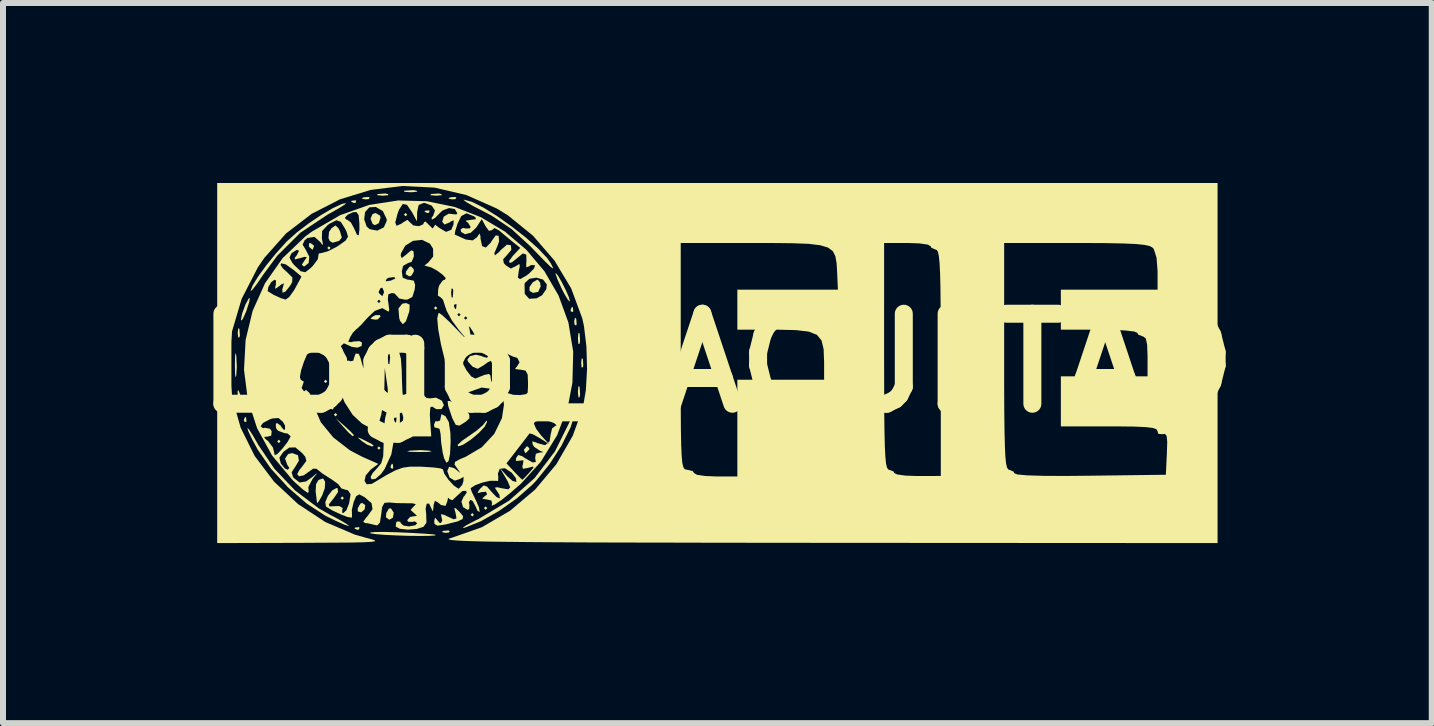
<source format=kicad_pcb>
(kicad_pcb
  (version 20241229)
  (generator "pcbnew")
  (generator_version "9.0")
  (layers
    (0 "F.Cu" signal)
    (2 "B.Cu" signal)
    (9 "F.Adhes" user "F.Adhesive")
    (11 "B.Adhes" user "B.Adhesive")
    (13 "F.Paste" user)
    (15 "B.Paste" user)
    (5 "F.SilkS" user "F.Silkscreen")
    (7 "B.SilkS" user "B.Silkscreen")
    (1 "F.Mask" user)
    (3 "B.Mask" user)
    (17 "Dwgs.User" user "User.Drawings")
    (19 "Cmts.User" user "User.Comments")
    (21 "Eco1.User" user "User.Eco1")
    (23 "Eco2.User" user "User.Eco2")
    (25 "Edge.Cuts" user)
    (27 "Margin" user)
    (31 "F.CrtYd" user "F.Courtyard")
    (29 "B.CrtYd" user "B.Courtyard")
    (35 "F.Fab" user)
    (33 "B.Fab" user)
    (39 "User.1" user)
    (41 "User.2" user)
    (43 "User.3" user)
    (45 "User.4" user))
  (footprint "Logo_FACULTAD"
    (layer "F.Cu")
    (at 8.907 3.001)
    (property "Reference" "Logo_FACULTAD" (at 0 0 0) (layer "F.SilkS") (effects (font (size 1.5 1.5) (thickness 0.3))))
    (attr board_only exclude_from_pos_files exclude_from_bom)
    (fp_poly (pts (xy -7.281 1.306) (xy -7.309 1.334) (xy -7.337 1.306) (xy -7.309 1.278)) (stroke (width 0) (type solid)) (fill yes) (layer "F.SilkS"))
    (fp_poly (pts (xy -6.503 -0.195) (xy -6.531 -0.167) (xy -6.558 -0.195) (xy -6.531 -0.222)) (stroke (width 0) (type solid)) (fill yes) (layer "F.SilkS"))
    (fp_poly (pts (xy -6.503 0.306) (xy -6.531 0.333) (xy -6.558 0.306) (xy -6.531 0.278)) (stroke (width 0) (type solid)) (fill yes) (layer "F.SilkS"))
    (fp_poly (pts (xy -6.447 -1.918) (xy -6.475 -1.89) (xy -6.503 -1.918) (xy -6.475 -1.945)) (stroke (width 0) (type solid)) (fill yes) (layer "F.SilkS"))
    (fp_poly (pts (xy -6.392 0.75) (xy -6.419 0.778) (xy -6.447 0.75) (xy -6.419 0.723)) (stroke (width 0) (type solid)) (fill yes) (layer "F.SilkS"))
    (fp_poly (pts (xy -6.336 0.861) (xy -6.364 0.889) (xy -6.392 0.861) (xy -6.364 0.834)) (stroke (width 0) (type solid)) (fill yes) (layer "F.SilkS"))
    (fp_poly (pts (xy -6.225 2.251) (xy -6.253 2.279) (xy -6.281 2.251) (xy -6.253 2.223)) (stroke (width 0) (type solid)) (fill yes) (layer "F.SilkS"))
    (fp_poly (pts (xy -5.614 1.417) (xy -5.641 1.445) (xy -5.669 1.417) (xy -5.641 1.389)) (stroke (width 0) (type solid)) (fill yes) (layer "F.SilkS"))
    (fp_poly (pts (xy -5.169 -2.473) (xy -5.197 -2.446) (xy -5.225 -2.473) (xy -5.197 -2.501)) (stroke (width 0) (type solid)) (fill yes) (layer "F.SilkS"))
    (fp_poly (pts (xy -4.669 -0.917) (xy -4.696 -0.889) (xy -4.724 -0.917) (xy -4.696 -0.945)) (stroke (width 0) (type solid)) (fill yes) (layer "F.SilkS"))
    (fp_poly (pts (xy -4.057 2.529) (xy -4.085 2.557) (xy -4.113 2.529) (xy -4.085 2.501)) (stroke (width 0) (type solid)) (fill yes) (layer "F.SilkS"))
    (fp_poly (pts (xy -3.835 2.418) (xy -3.863 2.446) (xy -3.891 2.418) (xy -3.863 2.39)) (stroke (width 0) (type solid)) (fill yes) (layer "F.SilkS"))
    (fp_poly (pts (xy -3.502 0.25) (xy -3.529 0.278) (xy -3.557 0.25) (xy -3.529 0.222)) (stroke (width 0) (type solid)) (fill yes) (layer "F.SilkS"))
    (fp_poly (pts (xy -7.967 -0.57) (xy -7.959 -0.456) (xy -7.967 -0.431) (xy -7.987 -0.424) (xy -7.995 -0.5) (xy -7.986 -0.579)) (stroke (width 0) (type solid)) (fill yes) (layer "F.SilkS"))
    (fp_poly (pts (xy -7.855 0.908) (xy -7.849 0.974) (xy -7.855 0.982) (xy -7.888 0.974) (xy -7.892 0.945) (xy -7.872 0.899)) (stroke (width 0) (type solid)) (fill yes) (layer "F.SilkS"))
    (fp_poly (pts (xy -6.466 0.574) (xy -6.459 0.64) (xy -6.466 0.648) (xy -6.499 0.641) (xy -6.503 0.611) (xy -6.483 0.566)) (stroke (width 0) (type solid)) (fill yes) (layer "F.SilkS"))
    (fp_poly (pts (xy -6.021 -2.705) (xy -6.029 -2.672) (xy -6.058 -2.668) (xy -6.104 -2.688) (xy -6.095 -2.705) (xy -6.029 -2.712)) (stroke (width 0) (type solid)) (fill yes) (layer "F.SilkS"))
    (fp_poly (pts (xy -5.966 2.742) (xy -5.973 2.775) (xy -6.003 2.779) (xy -6.048 2.759) (xy -6.04 2.742) (xy -5.974 2.735)) (stroke (width 0) (type solid)) (fill yes) (layer "F.SilkS"))
    (fp_poly (pts (xy -5.795 -2.757) (xy -5.812 -2.732) (xy -5.868 -2.728) (xy -5.928 -2.741) (xy -5.902 -2.761) (xy -5.815 -2.768)) (stroke (width 0) (type solid)) (fill yes) (layer "F.SilkS"))
    (fp_poly (pts (xy -5.41 1.686) (xy -5.403 1.752) (xy -5.41 1.76) (xy -5.443 1.752) (xy -5.447 1.723) (xy -5.426 1.677)) (stroke (width 0) (type solid)) (fill yes) (layer "F.SilkS"))
    (fp_poly (pts (xy -4.798 -2.538) (xy -4.806 -2.505) (xy -4.835 -2.501) (xy -4.881 -2.521) (xy -4.873 -2.538) (xy -4.807 -2.545)) (stroke (width 0) (type solid)) (fill yes) (layer "F.SilkS"))
    (fp_poly (pts (xy -4.461 2.801) (xy -4.478 2.826) (xy -4.534 2.83) (xy -4.594 2.817) (xy -4.568 2.797) (xy -4.481 2.79)) (stroke (width 0) (type solid)) (fill yes) (layer "F.SilkS"))
    (fp_poly (pts (xy -4.35 -2.757) (xy -4.367 -2.732) (xy -4.423 -2.728) (xy -4.483 -2.741) (xy -4.457 -2.761) (xy -4.37 -2.768)) (stroke (width 0) (type solid)) (fill yes) (layer "F.SilkS"))
    (fp_poly (pts (xy -2.408 -0.926) (xy -2.402 -0.86) (xy -2.408 -0.852) (xy -2.442 -0.86) (xy -2.446 -0.889) (xy -2.425 -0.935)) (stroke (width 0) (type solid)) (fill yes) (layer "F.SilkS"))
    (fp_poly (pts (xy -2.352 -0.733) (xy -2.345 -0.646) (xy -2.356 -0.626) (xy -2.382 -0.643) (xy -2.386 -0.699) (xy -2.372 -0.759)) (stroke (width 0) (type solid)) (fill yes) (layer "F.SilkS"))
    (fp_poly (pts (xy -2.242 -0.069) (xy -2.235 0.044) (xy -2.242 0.069) (xy -2.262 0.076) (xy -2.27 -0.000001) (xy -2.261 -0.079)) (stroke (width 0) (type solid)) (fill yes) (layer "F.SilkS"))
    (fp_poly (pts (xy -5.868 2.37) (xy -5.88 2.441) (xy -5.938 2.489) (xy -5.994 2.473) (xy -5.994 2.421) (xy -5.95 2.343) (xy -5.919 2.331)) (stroke (width 0) (type solid)) (fill yes) (layer "F.SilkS"))
    (fp_poly (pts (xy -5.394 2.495) (xy -5.409 2.578) (xy -5.469 2.612) (xy -5.524 2.571) (xy -5.519 2.502) (xy -5.476 2.426) (xy -5.441 2.422)) (stroke (width 0) (type solid)) (fill yes) (layer "F.SilkS"))
    (fp_poly (pts (xy -6.727 -1.961) (xy -6.725 -1.945) (xy -6.744 -1.891) (xy -6.75 -1.89) (xy -6.797 -1.929) (xy -6.809 -1.945) (xy -6.804 -1.997) (xy -6.784 -2.001)) (stroke (width 0) (type solid)) (fill yes) (layer "F.SilkS"))
    (fp_poly (pts (xy -6.211 1.052) (xy -6.111 1.144) (xy -6.06 1.2) (xy -6.058 1.205) (xy -6.079 1.219) (xy -6.147 1.159) (xy -6.229 1.07) (xy -6.364 0.917)) (stroke (width 0) (type solid)) (fill yes) (layer "F.SilkS"))
    (fp_poly (pts (xy -5.891 1.283) (xy -5.762 1.349) (xy -5.726 1.382) (xy -5.76 1.389) (xy -5.842 1.358) (xy -5.923 1.303) (xy -5.991 1.246) (xy -5.972 1.245)) (stroke (width 0) (type solid)) (fill yes) (layer "F.SilkS"))
    (fp_poly (pts (xy -5.623 -2.458) (xy -5.614 -2.421) (xy -5.644 -2.33) (xy -5.71 -2.299) (xy -5.745 -2.317) (xy -5.781 -2.406) (xy -5.748 -2.483) (xy -5.697 -2.501)) (stroke (width 0) (type solid)) (fill yes) (layer "F.SilkS"))
    (fp_poly (pts (xy -5.614 -0.776) (xy -5.659 -0.729) (xy -5.697 -0.723) (xy -5.771 -0.734) (xy -5.78 -0.744) (xy -5.737 -0.78) (xy -5.697 -0.798) (xy -5.625 -0.799)) (stroke (width 0) (type solid)) (fill yes) (layer "F.SilkS"))
    (fp_poly (pts (xy -5.487 -2.815) (xy -5.486 -2.797) (xy -5.573 -2.79) (xy -5.586 -2.79) (xy -5.672 -2.798) (xy -5.664 -2.815) (xy -5.654 -2.818) (xy -5.533 -2.826)) (stroke (width 0) (type solid)) (fill yes) (layer "F.SilkS"))
    (fp_poly (pts (xy -5.244 -0.411) (xy -5.252 -0.389) (xy -5.302 -0.336) (xy -5.311 -0.333) (xy -5.335 -0.376) (xy -5.336 -0.389) (xy -5.293 -0.443) (xy -5.277 -0.445)) (stroke (width 0) (type solid)) (fill yes) (layer "F.SilkS"))
    (fp_poly (pts (xy -5.063 -1.567) (xy -5.058 -1.528) (xy -5.101 -1.455) (xy -5.139 -1.445) (xy -5.195 -1.482) (xy -5.189 -1.528) (xy -5.134 -1.602) (xy -5.107 -1.612)) (stroke (width 0) (type solid)) (fill yes) (layer "F.SilkS"))
    (fp_poly (pts (xy -5.016 -2.873) (xy -4.999 -2.857) (xy -5.076 -2.848) (xy -5.113 -2.847) (xy -5.214 -2.853) (xy -5.226 -2.868) (xy -5.211 -2.873) (xy -5.07 -2.882)) (stroke (width 0) (type solid)) (fill yes) (layer "F.SilkS"))
    (fp_poly (pts (xy -4.598 -2.815) (xy -4.596 -2.797) (xy -4.683 -2.79) (xy -4.696 -2.79) (xy -4.783 -2.798) (xy -4.774 -2.815) (xy -4.765 -2.818) (xy -4.644 -2.826)) (stroke (width 0) (type solid)) (fill yes) (layer "F.SilkS"))
    (fp_poly (pts (xy -3.952 0.628) (xy -4.013 0.711) (xy -4.104 0.773) (xy -4.162 0.756) (xy -4.168 0.724) (xy -4.125 0.659) (xy -4.057 0.611) (xy -3.967 0.585)) (stroke (width 0) (type solid)) (fill yes) (layer "F.SilkS"))
    (fp_poly (pts (xy -3.132 1.424) (xy -3.14 1.445) (xy -3.19 1.498) (xy -3.199 1.501) (xy -3.223 1.458) (xy -3.224 1.445) (xy -3.181 1.392) (xy -3.165 1.389)) (stroke (width 0) (type solid)) (fill yes) (layer "F.SilkS"))
    (fp_poly (pts (xy -2.299 -0.495) (xy -2.296 -0.485) (xy -2.288 -0.364) (xy -2.298 -0.319) (xy -2.316 -0.317) (xy -2.324 -0.404) (xy -2.324 -0.417) (xy -2.316 -0.503)) (stroke (width 0) (type solid)) (fill yes) (layer "F.SilkS"))
    (fp_poly (pts (xy -2.299 0.394) (xy -2.296 0.404) (xy -2.288 0.525) (xy -2.298 0.571) (xy -2.316 0.573) (xy -2.324 0.486) (xy -2.324 0.472) (xy -2.316 0.386)) (stroke (width 0) (type solid)) (fill yes) (layer "F.SilkS"))
    (fp_poly (pts (xy -8.019 -0.125) (xy -8.019 -0.124) (xy -8.01 0.057) (xy -8.019 0.209) (xy -8.031 0.24) (xy -8.039 0.174) (xy -8.042 0.028) (xy -8.039 -0.115) (xy -8.03 -0.17)) (stroke (width 0) (type solid)) (fill yes) (layer "F.SilkS"))
    (fp_poly (pts (xy -4.793 1.461) (xy -4.762 1.473) (xy -4.828 1.481) (xy -4.974 1.483) (xy -5.117 1.48) (xy -5.172 1.472) (xy -5.128 1.461) (xy -5.126 1.46) (xy -4.945 1.451)) (stroke (width 0) (type solid)) (fill yes) (layer "F.SilkS"))
    (fp_poly (pts (xy -2.955 -1.343) (xy -2.946 -1.278) (xy -2.986 -1.186) (xy -3.074 -1.169) (xy -3.131 -1.204) (xy -3.131 -1.268) (xy -3.077 -1.346) (xy -3.002 -1.389) (xy -2.995 -1.389)) (stroke (width 0) (type solid)) (fill yes) (layer "F.SilkS"))
    (fp_poly (pts (xy -7.956 0.52) (xy -7.941 0.578) (xy -7.915 0.72) (xy -7.912 0.806) (xy -7.927 0.82) (xy -7.959 0.744) (xy -7.968 0.711) (xy -7.994 0.558) (xy -7.997 0.472) (xy -7.984 0.449)) (stroke (width 0) (type solid)) (fill yes) (layer "F.SilkS"))
    (fp_poly (pts (xy -5.13 -0.974) (xy -5.132 -0.88) (xy -5.139 -0.848) (xy -5.191 -0.696) (xy -5.243 -0.647) (xy -5.289 -0.704) (xy -5.303 -0.749) (xy -5.316 -0.909) (xy -5.253 -0.989) (xy -5.187 -1)) (stroke (width 0) (type solid)) (fill yes) (layer "F.SilkS"))
    (fp_poly (pts (xy -7.805 -1.011) (xy -7.85 -0.871) (xy -7.865 -0.834) (xy -7.912 -0.731) (xy -7.939 -0.708) (xy -7.941 -0.723) (xy -7.92 -0.829) (xy -7.867 -0.971) (xy -7.867 -0.973) (xy -7.813 -1.074) (xy -7.792 -1.083)) (stroke (width 0) (type solid)) (fill yes) (layer "F.SilkS"))
    (fp_poly (pts (xy -6.537 1.979) (xy -6.544 2.089) (xy -6.588 2.208) (xy -6.644 2.306) (xy -6.673 2.336) (xy -6.673 2.334) (xy -6.696 2.137) (xy -6.689 2.019) (xy -6.65 1.952) (xy -6.644 1.947) (xy -6.572 1.923)) (stroke (width 0) (type solid)) (fill yes) (layer "F.SilkS"))
    (fp_poly (pts (xy -6.319 -2.252) (xy -6.291 -2.197) (xy -6.26 -2.092) (xy -6.3 -2.04) (xy -6.316 -2.033) (xy -6.415 -2.005) (xy -6.462 -2.036) (xy -6.482 -2.083) (xy -6.473 -2.185) (xy -6.432 -2.246) (xy -6.367 -2.293)) (stroke (width 0) (type solid)) (fill yes) (layer "F.SilkS"))
    (fp_poly (pts (xy -2.656 -1.456) (xy -2.594 -1.349) (xy -2.527 -1.216) (xy -2.475 -1.096) (xy -2.457 -1.028) (xy -2.459 -1.024) (xy -2.493 -1.057) (xy -2.556 -1.163) (xy -2.601 -1.252) (xy -2.665 -1.394) (xy -2.697 -1.484) (xy -2.696 -1.501)) (stroke (width 0) (type solid)) (fill yes) (layer "F.SilkS"))
    (fp_poly (pts (xy -3.839 0.981) (xy -3.878 1.06) (xy -3.979 1.168) (xy -4.109 1.277) (xy -4.236 1.36) (xy -4.32 1.389) (xy -4.33 1.364) (xy -4.259 1.298) (xy -4.158 1.228) (xy -4.01 1.124) (xy -3.904 1.032) (xy -3.874 0.992) (xy -3.846 0.957)) (stroke (width 0) (type solid)) (fill yes) (layer "F.SilkS"))
    (fp_poly (pts (xy -5.336 2.821) (xy -5.089 2.832) (xy -4.882 2.844) (xy -4.742 2.855) (xy -4.696 2.862) (xy -4.706 2.874) (xy -4.801 2.88) (xy -4.957 2.882) (xy -5.149 2.88) (xy -5.353 2.873) (xy -5.543 2.864) (xy -5.694 2.852) (xy -5.78 2.839) (xy -5.787 2.824) (xy -5.698 2.816) (xy -5.531 2.815)) (stroke (width 0) (type solid)) (fill yes) (layer "F.SilkS"))
    (fp_poly (pts (xy -4.539 0.882) (xy -4.53 0.889) (xy -4.476 0.985) (xy -4.45 1.167) (xy -4.446 1.313) (xy -4.456 1.516) (xy -4.481 1.635) (xy -4.515 1.662) (xy -4.554 1.59) (xy -4.578 1.494) (xy -4.604 1.322) (xy -4.613 1.185) (xy -4.632 1.095) (xy -4.669 1.084) (xy -4.716 1.071) (xy -4.724 1.028) (xy -4.698 0.968) (xy -4.669 0.973) (xy -4.622 0.959) (xy -4.613 0.914) (xy -4.599 0.852)) (stroke (width 0) (type solid)) (fill yes) (layer "F.SilkS"))
    (fp_poly (pts (xy -4.091 -2.687) (xy -3.898 -2.59) (xy -3.67 -2.448) (xy -3.428 -2.276) (xy -3.193 -2.092) (xy -2.989 -1.911) (xy -2.837 -1.75) (xy -2.775 -1.659) (xy -2.743 -1.596) (xy -2.74 -1.574) (xy -2.778 -1.602) (xy -2.867 -1.688) (xy -3.017 -1.842) (xy -3.112 -1.941) (xy -3.428 -2.231) (xy -3.754 -2.451) (xy -3.884 -2.52) (xy -4.062 -2.612) (xy -4.184 -2.682) (xy -4.231 -2.72) (xy -4.225 -2.723)) (stroke (width 0) (type solid)) (fill yes) (layer "F.SilkS"))
    (fp_poly (pts (xy -7.811 1.1) (xy -7.749 1.195) (xy -7.661 1.348) (xy -7.655 1.36) (xy -7.385 1.76) (xy -7.038 2.125) (xy -6.644 2.422) (xy -6.474 2.519) (xy -6.301 2.611) (xy -6.182 2.681) (xy -6.138 2.716) (xy -6.142 2.718) (xy -6.216 2.694) (xy -6.358 2.631) (xy -6.528 2.548) (xy -6.842 2.345) (xy -7.158 2.071) (xy -7.444 1.757) (xy -7.661 1.444) (xy -7.752 1.277) (xy -7.815 1.145) (xy -7.835 1.084)) (stroke (width 0) (type solid)) (fill yes) (layer "F.SilkS"))
    (fp_poly (pts (xy -2.36 0.796) (xy -2.362 0.806) (xy -2.447 1.073) (xy -2.598 1.376) (xy -2.796 1.684) (xy -3.02 1.961) (xy -3.085 2.029) (xy -3.343 2.256) (xy -3.638 2.464) (xy -3.935 2.633) (xy -4.199 2.74) (xy -4.224 2.747) (xy -4.244 2.743) (xy -4.178 2.7) (xy -4.038 2.627) (xy -3.974 2.595) (xy -3.472 2.294) (xy -3.047 1.918) (xy -2.707 1.472) (xy -2.462 0.979) (xy -2.402 0.835) (xy -2.366 0.77)) (stroke (width 0) (type solid)) (fill yes) (layer "F.SilkS"))
    (fp_poly (pts (xy -6.211 -2.642) (xy -6.31 -2.579) (xy -6.467 -2.49) (xy -6.501 -2.471) (xy -6.951 -2.172) (xy -7.335 -1.79) (xy -7.566 -1.478) (xy -7.67 -1.325) (xy -7.747 -1.225) (xy -7.781 -1.198) (xy -7.781 -1.2) (xy -7.746 -1.294) (xy -7.652 -1.446) (xy -7.516 -1.632) (xy -7.356 -1.829) (xy -7.19 -2.013) (xy -7.166 -2.037) (xy -7.007 -2.179) (xy -6.811 -2.328) (xy -6.603 -2.468) (xy -6.409 -2.582) (xy -6.257 -2.652) (xy -6.189 -2.667)) (stroke (width 0) (type solid)) (fill yes) (layer "F.SilkS"))
    (fp_poly (pts (xy -4.36 2.422) (xy -4.297 2.482) (xy -4.239 2.551) (xy -4.246 2.6) (xy -4.331 2.64) (xy -4.509 2.685) (xy -4.544 2.693) (xy -4.667 2.711) (xy -4.715 2.682) (xy -4.72 2.631) (xy -4.706 2.576) (xy -4.687 2.598) (xy -4.631 2.663) (xy -4.61 2.668) (xy -4.585 2.626) (xy -4.596 2.578) (xy -4.607 2.519) (xy -4.552 2.531) (xy -4.514 2.55) (xy -4.393 2.605) (xy -4.348 2.589) (xy -4.364 2.498) (xy -4.365 2.496) (xy -4.386 2.416)) (stroke (width 0) (type solid)) (fill yes) (layer "F.SilkS"))
    (fp_poly (pts (xy -5.403 -0.381) (xy -5.404 -0.359) (xy -5.4 -0.298) (xy -5.354 -0.25) (xy -5.305 -0.187) (xy -5.275 -0.07) (xy -5.261 0.123) (xy -5.258 0.264) (xy -5.25 0.467) (xy -5.236 0.616) (xy -5.217 0.685) (xy -5.211 0.686) (xy -5.178 0.617) (xy -5.169 0.525) (xy -5.138 0.416) (xy -5.06 0.395) (xy -4.96 0.464) (xy -4.926 0.506) (xy -4.847 0.582) (xy -4.789 0.589) (xy -4.688 0.577) (xy -4.592 0.628) (xy -4.558 0.701) (xy -4.597 0.767) (xy -4.685 0.769) (xy -4.755 0.725) (xy -4.784 0.739) (xy -4.793 0.853) (xy -4.788 0.948) (xy -4.769 1.223) (xy -5.021 1.223) (xy -5.273 1.223) (xy -5.243 1.035) (xy -5.236 0.9) (xy -5.259 0.82) (xy -5.264 0.816) (xy -5.293 0.839) (xy -5.292 0.942) (xy -5.292 0.948) (xy -5.292 1.069) (xy -5.329 1.112) (xy -5.373 1.16) (xy -5.391 1.276) (xy -5.391 1.276) (xy -5.434 1.522) (xy -5.545 1.764) (xy -5.605 1.848) (xy -5.697 1.929) (xy -5.763 1.939) (xy -5.78 1.898) (xy -5.743 1.83) (xy -5.668 1.749) (xy -5.602 1.668) (xy -5.57 1.554) (xy -5.563 1.373) (xy -5.564 1.31) (xy -5.56 1.102) (xy -5.541 0.945) (xy -5.391 0.945) (xy -5.371 0.991) (xy -5.354 0.982) (xy -5.348 0.916) (xy -5.354 0.908) (xy -5.387 0.915) (xy -5.391 0.945) (xy -5.541 0.945) (xy -5.538 0.918) (xy -5.515 0.829) (xy -5.485 0.66) (xy -5.495 0.425) (xy -5.5 0.385) (xy -5.544 0.083) (xy -5.551 0.422) (xy -5.567 0.648) (xy -5.601 0.854) (xy -5.646 1.015) (xy -5.696 1.103) (xy -5.716 1.111) (xy -5.783 1.085) (xy -5.902 1.02) (xy -5.926 1.006) (xy -6.079 0.863) (xy -6.214 0.654) (xy -6.308 0.422) (xy -6.336 0.239) (xy -6.308 0.092) (xy -6.238 -0.011) (xy -6.15 -0.042) (xy -6.116 -0.029) (xy -6.067 -0.04) (xy -6.058 -0.08) (xy -6.03 -0.157) (xy -5.977 -0.154) (xy -5.945 -0.074) (xy -5.945 -0.069) (xy -5.905 0.069) (xy -5.811 0.18) (xy -5.708 0.222) (xy -5.652 0.194) (xy -5.618 0.094) (xy -5.603 -0.069) (xy -5.601 -0.083) (xy -5.492 -0.083) (xy -5.486 0.012) (xy -5.468 0.02) (xy -5.466 0.015) (xy -5.455 -0.095) (xy -5.464 -0.152) (xy -5.482 -0.174) (xy -5.491 -0.101) (xy -5.492 -0.083) (xy -5.601 -0.083) (xy -5.585 -0.246) (xy -5.551 -0.339) (xy -5.489 -0.378) (xy -5.475 -0.381)) (stroke (width 0) (type solid)) (fill yes) (layer "F.SilkS"))
    (fp_poly (pts (xy 8.337 -0.000001) (xy 8.337 3.001) (xy 1.792 2.997) (xy 0.795 2.996) (xy -0.096 2.995) (xy -0.887 2.993) (xy -1.582 2.992) (xy -2.188 2.99) (xy -2.709 2.987) (xy -3.152 2.984) (xy -3.52 2.98) (xy -3.82 2.976) (xy -4.056 2.97) (xy -4.235 2.964) (xy -4.361 2.957) (xy -4.44 2.949) (xy -4.477 2.94) (xy -4.477 2.93) (xy -4.447 2.918) (xy -4.434 2.915) (xy -3.927 2.737) (xy -3.457 2.463) (xy -3.038 2.109) (xy -2.684 1.687) (xy -2.41 1.211) (xy -2.243 0.75) (xy -2.192 0.453) (xy -2.172 0.095) (xy -2.178 -0.111) (xy -0.611 -0.111) (xy -0.611 0.397) (xy -0.61 0.804) (xy -0.608 1.122) (xy -0.603 1.363) (xy -0.596 1.536) (xy -0.586 1.653) (xy -0.571 1.724) (xy -0.552 1.762) (xy -0.527 1.776) (xy -0.5 1.779) (xy -0.41 1.802) (xy -0.389 1.834) (xy -0.338 1.863) (xy -0.203 1.883) (xy -0.028 1.89) (xy 0.333 1.89) (xy 0.333 1.084) (xy 0.333 0.278) (xy 1.056 0.278) (xy 1.779 0.278) (xy 1.779 -0.027) (xy 1.775 -0.111) (xy 2.779 -0.111) (xy 2.78 0.403) (xy 2.781 0.816) (xy 2.785 1.139) (xy 2.791 1.383) (xy 2.8 1.558) (xy 2.811 1.674) (xy 2.827 1.742) (xy 2.846 1.773) (xy 2.862 1.779) (xy 2.936 1.807) (xy 2.946 1.831) (xy 2.997 1.857) (xy 3.13 1.876) (xy 3.319 1.883) (xy 3.335 1.883) (xy 3.724 1.882) (xy 3.724 -0.004) (xy 3.724 -0.111) (xy 4.78 -0.111) (xy 4.78 0.403) (xy 4.782 0.816) (xy 4.786 1.139) (xy 4.792 1.383) (xy 4.8 1.558) (xy 4.812 1.674) (xy 4.828 1.742) (xy 4.847 1.773) (xy 4.863 1.779) (xy 4.937 1.81) (xy 4.947 1.836) (xy 4.999 1.857) (xy 5.159 1.872) (xy 5.426 1.88) (xy 5.801 1.882) (xy 6.211 1.878) (xy 7.475 1.862) (xy 7.492 1.508) (xy 7.498 1.315) (xy 7.488 1.213) (xy 7.458 1.18) (xy 7.423 1.186) (xy 7.349 1.18) (xy 7.337 1.138) (xy 7.32 1.105) (xy 7.26 1.082) (xy 7.142 1.068) (xy 6.949 1.059) (xy 6.667 1.056) (xy 6.531 1.056) (xy 5.725 1.056) (xy 5.725 0.639) (xy 5.725 0.222) (xy 6.447 0.222) (xy 7.17 0.222) (xy 7.17 -0.111) (xy 7.163 -0.305) (xy 7.141 -0.409) (xy 7.096 -0.444) (xy 7.086 -0.445) (xy 7.012 -0.475) (xy 7.003 -0.5) (xy 6.95 -0.525) (xy 6.799 -0.543) (xy 6.564 -0.554) (xy 6.364 -0.556) (xy 5.725 -0.556) (xy 5.725 -0.889) (xy 5.725 -1.223) (xy 6.531 -1.223) (xy 7.337 -1.223) (xy 7.337 -1.532) (xy 7.32 -1.755) (xy 7.275 -1.898) (xy 7.257 -1.921) (xy 7.21 -1.949) (xy 7.12 -1.969) (xy 6.975 -1.984) (xy 6.762 -1.993) (xy 6.467 -1.999) (xy 6.077 -2.001) (xy 5.979 -2.001) (xy 4.78 -2.001) (xy 4.78 -0.111) (xy 3.724 -0.111) (xy 3.723 -0.517) (xy 3.721 -0.93) (xy 3.718 -1.253) (xy 3.712 -1.496) (xy 3.703 -1.67) (xy 3.691 -1.786) (xy 3.676 -1.854) (xy 3.656 -1.885) (xy 3.64 -1.89) (xy 3.567 -1.92) (xy 3.557 -1.945) (xy 3.506 -1.974) (xy 3.368 -1.994) (xy 3.168 -2.001) (xy 3.168 -2.001) (xy 2.779 -2.001) (xy 2.779 -0.111) (xy 1.775 -0.111) (xy 1.771 -0.232) (xy 1.736 -0.376) (xy 1.659 -0.47) (xy 1.522 -0.524) (xy 1.309 -0.549) (xy 1.004 -0.556) (xy 0.96 -0.556) (xy 0.333 -0.556) (xy 0.333 -0.889) (xy 0.333 -1.223) (xy 1.171 -1.223) (xy 2.009 -1.223) (xy 1.996 -1.515) (xy 1.987 -1.664) (xy 1.967 -1.78) (xy 1.924 -1.865) (xy 1.843 -1.925) (xy 1.712 -1.964) (xy 1.519 -1.987) (xy 1.249 -1.997) (xy 0.89 -2.001) (xy 0.586 -2.001) (xy -0.611 -2.001) (xy -0.611 -0.111) (xy -2.178 -0.111) (xy -2.183 -0.278) (xy -2.224 -0.618) (xy -2.253 -0.748) (xy -2.437 -1.244) (xy -2.715 -1.708) (xy -3.072 -2.121) (xy -3.492 -2.462) (xy -3.676 -2.575) (xy -4.184 -2.8) (xy -4.714 -2.924) (xy -5.251 -2.951) (xy -5.781 -2.885) (xy -6.29 -2.729) (xy -6.764 -2.486) (xy -7.189 -2.16) (xy -7.55 -1.754) (xy -7.66 -1.593) (xy -7.929 -1.07) (xy -8.09 -0.527) (xy -8.142 0.028) (xy -8.085 0.589) (xy -7.946 1.077) (xy -7.712 1.549) (xy -7.387 1.979) (xy -6.989 2.351) (xy -6.535 2.65) (xy -6.04 2.861) (xy -5.856 2.913) (xy -5.761 2.937) (xy -5.708 2.956) (xy -5.706 2.97) (xy -5.764 2.98) (xy -5.893 2.987) (xy -6.1 2.992) (xy -6.397 2.994) (xy -6.792 2.996) (xy -6.934 2.997) (xy -8.337 3.001) (xy -8.337 -0.000001) (xy -8.337 -3.001) (xy 0 -3.001) (xy 8.337 -3.001)) (stroke (width 0) (type solid)) (fill yes) (layer "F.SilkS"))
    (fp_poly (pts (xy -4.841 -2.697) (xy -4.379 -2.602) (xy -3.942 -2.431) (xy -3.541 -2.191) (xy -3.185 -1.889) (xy -2.884 -1.532) (xy -2.647 -1.125) (xy -2.483 -0.675) (xy -2.403 -0.189) (xy -2.416 0.326) (xy -2.492 0.727) (xy -2.671 1.204) (xy -2.944 1.647) (xy -3.271 2.008) (xy -3.447 2.162) (xy -3.597 2.282) (xy -3.708 2.357) (xy -3.764 2.378) (xy -3.755 2.34) (xy -3.768 2.29) (xy -3.846 2.274) (xy -3.918 2.262) (xy -3.904 2.242) (xy -3.838 2.188) (xy -3.857 2.145) (xy -3.932 2.152) (xy -3.997 2.169) (xy -3.978 2.126) (xy -3.954 2.095) (xy -3.895 2.04) (xy -3.84 2.059) (xy -3.767 2.143) (xy -3.683 2.232) (xy -3.629 2.257) (xy -3.626 2.255) (xy -3.633 2.195) (xy -3.67 2.138) (xy -3.709 2.078) (xy -3.669 2.07) (xy -3.595 2.087) (xy -3.485 2.105) (xy -3.453 2.073) (xy -3.494 1.974) (xy -3.535 1.902) (xy -3.618 1.762) (xy -3.627 1.763) (xy -3.659 1.845) (xy -3.652 1.892) (xy -3.654 1.965) (xy -3.703 1.963) (xy -3.79 1.963) (xy -3.917 1.992) (xy -4.038 2.037) (xy -4.109 2.083) (xy -4.113 2.094) (xy -4.09 2.154) (xy -4.034 2.27) (xy -4.025 2.287) (xy -3.974 2.407) (xy -3.962 2.479) (xy -3.965 2.483) (xy -4 2.46) (xy -4.028 2.394) (xy -4.077 2.302) (xy -4.115 2.279) (xy -4.142 2.32) (xy -4.133 2.362) (xy -4.136 2.433) (xy -4.164 2.446) (xy -4.239 2.402) (xy -4.266 2.31) (xy -4.23 2.228) (xy -4.22 2.221) (xy -4.177 2.158) (xy -4.189 2.129) (xy -4.251 2.134) (xy -4.335 2.21) (xy -4.419 2.288) (xy -4.465 2.266) (xy -4.465 2.265) (xy -4.49 2.245) (xy -4.498 2.293) (xy -4.529 2.38) (xy -4.605 2.367) (xy -4.658 2.323) (xy -4.708 2.296) (xy -4.729 2.364) (xy -4.731 2.393) (xy -4.741 2.472) (xy -4.76 2.441) (xy -4.763 2.432) (xy -4.805 2.342) (xy -4.845 2.345) (xy -4.863 2.426) (xy -4.854 2.507) (xy -4.849 2.661) (xy -4.897 2.728) (xy -5.009 2.765) (xy -5.157 2.777) (xy -5.291 2.763) (xy -5.361 2.727) (xy -5.354 2.656) (xy -5.337 2.641) (xy -5.285 2.644) (xy -5.28 2.665) (xy -5.233 2.709) (xy -5.141 2.723) (xy -5.037 2.705) (xy -5.002 2.67) (xy -5.043 2.639) (xy -5.086 2.648) (xy -5.157 2.645) (xy -5.169 2.618) (xy -5.123 2.566) (xy -5.072 2.556) (xy -5.007 2.547) (xy -5.047 2.508) (xy -5.058 2.5) (xy -5.113 2.448) (xy -5.069 2.397) (xy -5.058 2.389) (xy -5.026 2.352) (xy -5.087 2.337) (xy -5.169 2.337) (xy -5.336 2.335) (xy -5.472 2.324) (xy -5.475 2.324) (xy -5.55 2.331) (xy -5.588 2.401) (xy -5.603 2.52) (xy -5.625 2.659) (xy -5.668 2.706) (xy -5.705 2.7) (xy -5.83 2.67) (xy -5.868 2.668) (xy -5.903 2.645) (xy -5.851 2.572) (xy -5.832 2.553) (xy -5.748 2.436) (xy -5.764 2.336) (xy -5.88 2.236) (xy -5.969 2.189) (xy -6.02 2.219) (xy -6.06 2.31) (xy -6.093 2.446) (xy -6.09 2.538) (xy -6.093 2.577) (xy -6.164 2.566) (xy -6.268 2.526) (xy -6.413 2.459) (xy -6.512 2.4) (xy -6.525 2.39) (xy -6.535 2.317) (xy -6.491 2.214) (xy -6.42 2.123) (xy -6.349 2.083) (xy -6.329 2.088) (xy -6.322 2.149) (xy -6.395 2.255) (xy -6.401 2.262) (xy -6.476 2.357) (xy -6.465 2.39) (xy -6.447 2.389) (xy -6.303 2.383) (xy -6.245 2.416) (xy -6.253 2.446) (xy -6.252 2.497) (xy -6.235 2.501) (xy -6.183 2.453) (xy -6.138 2.338) (xy -6.115 2.198) (xy -6.115 2.182) (xy -6.159 2.12) (xy -6.197 2.112) (xy -6.271 2.088) (xy -6.281 2.068) (xy -6.324 2.015) (xy -6.431 1.938) (xy -6.461 1.92) (xy -6.588 1.838) (xy -6.669 1.773) (xy -6.675 1.765) (xy -6.734 1.759) (xy -6.796 1.802) (xy -6.894 1.872) (xy -6.975 1.888) (xy -7.003 1.852) (xy -6.97 1.787) (xy -6.911 1.713) (xy -6.851 1.631) (xy -6.868 1.563) (xy -6.92 1.501) (xy -7.033 1.406) (xy -7.136 1.409) (xy -7.233 1.48) (xy -7.3 1.576) (xy -7.277 1.674) (xy -7.207 1.759) (xy -7.161 1.779) (xy -7.134 1.749) (xy -7.168 1.698) (xy -7.206 1.593) (xy -7.155 1.517) (xy -7.086 1.501) (xy -6.99 1.537) (xy -6.975 1.627) (xy -7.033 1.725) (xy -7.096 1.82) (xy -7.074 1.898) (xy -7.06 1.916) (xy -6.963 1.991) (xy -6.856 1.974) (xy -6.757 1.904) (xy -6.679 1.839) (xy -6.679 1.848) (xy -6.746 1.929) (xy -6.817 2.065) (xy -6.812 2.152) (xy -6.83 2.163) (xy -6.909 2.107) (xy -7.035 1.994) (xy -7.081 1.95) (xy -7.423 1.54) (xy -7.671 1.088) (xy -7.683 1.053) (xy -7.614 1.053) (xy -7.574 1.086) (xy -7.538 1.079) (xy -7.457 1.096) (xy -7.429 1.136) (xy -7.436 1.21) (xy -7.491 1.225) (xy -7.556 1.232) (xy -7.531 1.268) (xy -7.489 1.3) (xy -7.409 1.406) (xy -7.39 1.479) (xy -7.379 1.536) (xy -7.336 1.518) (xy -7.251 1.428) (xy -7.162 1.313) (xy -7.116 1.229) (xy -7.114 1.22) (xy -7.161 1.176) (xy -7.219 1.167) (xy -7.323 1.128) (xy -7.357 1.084) (xy -7.36 1.012) (xy -7.339 1) (xy -7.278 1.044) (xy -7.265 1.07) (xy -7.223 1.114) (xy -7.206 1.108) (xy -7.206 1.044) (xy -7.242 0.979) (xy -7.315 0.916) (xy -7.418 0.924) (xy -7.463 0.94) (xy -7.572 0.998) (xy -7.614 1.053) (xy -7.683 1.053) (xy -7.816 0.64) (xy -7.137 0.64) (xy -7.076 0.614) (xy -6.967 0.547) (xy -6.92 0.5) (xy -6.857 0.447) (xy -6.799 0.498) (xy -6.742 0.657) (xy -6.727 0.715) (xy -6.61 0.986) (xy -6.402 1.24) (xy -6.124 1.455) (xy -5.924 1.56) (xy -5.651 1.681) (xy -5.78 1.778) (xy -5.861 1.873) (xy -5.881 1.964) (xy -5.846 2.021) (xy -5.762 2.014) (xy -5.739 2.002) (xy -5.522 1.871) (xy -5.367 1.789) (xy -5.243 1.744) (xy -5.119 1.727) (xy -4.963 1.727) (xy -4.915 1.729) (xy -4.736 1.74) (xy -4.613 1.756) (xy -4.574 1.773) (xy -4.552 1.844) (xy -4.481 1.947) (xy -4.393 2.042) (xy -4.321 2.091) (xy -4.307 2.092) (xy -4.252 2.03) (xy -4.233 1.968) (xy -4.23 1.898) (xy -4.276 1.923) (xy -4.284 1.93) (xy -4.376 1.96) (xy -4.463 1.909) (xy -4.502 1.802) (xy -4.502 1.8) (xy -4.472 1.729) (xy -4.389 1.751) (xy -4.335 1.792) (xy -4.286 1.832) (xy -4.308 1.796) (xy -4.332 1.763) (xy -4.333 1.761) (xy -3.615 1.761) (xy -3.506 1.884) (xy -3.415 1.964) (xy -3.353 1.982) (xy -3.35 1.979) (xy -3.358 1.919) (xy -3.429 1.826) (xy -3.43 1.826) (xy -3.542 1.753) (xy -3.615 1.761) (xy -4.333 1.761) (xy -4.381 1.692) (xy -4.377 1.673) (xy -3.515 1.673) (xy -3.388 1.809) (xy -3.299 1.901) (xy -3.252 1.945) (xy -3.25 1.945) (xy -3.211 1.909) (xy -3.135 1.827) (xy -3.065 1.744) (xy -3.073 1.725) (xy -3.154 1.747) (xy -3.242 1.763) (xy -3.251 1.716) (xy -3.241 1.689) (xy -3.232 1.62) (xy -3.295 1.627) (xy -3.359 1.632) (xy -3.354 1.582) (xy -3.318 1.532) (xy -3.251 1.554) (xy -3.206 1.585) (xy -3.08 1.657) (xy -3.026 1.649) (xy -3.037 1.584) (xy -3.026 1.512) (xy -2.966 1.494) (xy -2.899 1.485) (xy -2.941 1.467) (xy -2.955 1.463) (xy -3.053 1.398) (xy -3.079 1.357) (xy -3.085 1.305) (xy -3.023 1.323) (xy -2.999 1.335) (xy -2.871 1.369) (xy -2.83 1.335) (xy -2.807 1.35) (xy -2.825 1.33) (xy -2.83 1.335) (xy -2.961 1.251) (xy -3.07 1.19) (xy -3.129 1.172) (xy -3.131 1.174) (xy -3.171 1.226) (xy -3.257 1.338) (xy -3.331 1.434) (xy -3.515 1.673) (xy -4.377 1.673) (xy -4.373 1.648) (xy -4.293 1.603) (xy -4.196 1.563) (xy -3.927 1.404) (xy -3.719 1.181) (xy -3.636 1.011) (xy -3.057 1.011) (xy -3.022 1.094) (xy -2.938 1.207) (xy -2.932 1.213) (xy -2.825 1.33) (xy -2.797 1.306) (xy -2.779 1.192) (xy -2.755 1.089) (xy -2.71 1.055) (xy -2.681 1.036) (xy -2.723 1) (xy -2.84 0.956) (xy -2.962 0.95) (xy -3.044 0.981) (xy -3.057 1.011) (xy -3.636 1.011) (xy -3.591 0.918) (xy -3.557 0.696) (xy -3.573 0.552) (xy -3.637 0.473) (xy -3.708 0.44) (xy -3.928 0.408) (xy -4.143 0.485) (xy -4.193 0.519) (xy -4.263 0.579) (xy -4.267 0.638) (xy -4.207 0.742) (xy -4.2 0.753) (xy -4.135 0.861) (xy -4.133 0.922) (xy -4.194 0.978) (xy -4.2 0.982) (xy -4.299 1.043) (xy -4.361 1.03) (xy -4.414 0.929) (xy -4.435 0.871) (xy -4.488 0.709) (xy -4.496 0.634) (xy -4.459 0.632) (xy -4.446 0.639) (xy -4.41 0.649) (xy -4.397 0.609) (xy -4.409 0.506) (xy -4.448 0.327) (xy -4.517 0.057) (xy -4.531 0.003) (xy -4.544 -0.053) (xy -4.242 -0.053) (xy -4.234 0.024) (xy -4.181 0.122) (xy -4.103 0.223) (xy -4.036 0.258) (xy -4.031 0.257) (xy -3.881 0.197) (xy -3.807 0.182) (xy -3.782 0.21) (xy -3.779 0.251) (xy -3.764 0.315) (xy -3.702 0.282) (xy -3.701 0.282) (xy -3.635 0.253) (xy -3.591 0.317) (xy -3.582 0.344) (xy -3.535 0.455) (xy -3.499 0.5) (xy -3.406 0.529) (xy -3.286 0.534) (xy -3.189 0.518) (xy -3.162 0.494) (xy -3.157 0.401) (xy -3.156 0.333) (xy -3.162 0.191) (xy -3.196 0.127) (xy -3.275 0.111) (xy -3.293 0.11) (xy -3.372 0.1) (xy -3.349 0.066) (xy -3.342 0.061) (xy -3.297 -0.012) (xy -3.334 -0.085) (xy -3.415 -0.111) (xy -3.499 -0.152) (xy -3.58 -0.236) (xy -3.643 -0.32) (xy -3.648 -0.314) (xy -3.614 -0.24) (xy -3.588 -0.143) (xy -3.645 -0.093) (xy -3.682 -0.081) (xy -3.828 -0.012) (xy -3.903 0.042) (xy -3.995 0.096) (xy -4.077 0.062) (xy -4.084 0.056) (xy -4.154 -0.021) (xy -4.168 -0.056) (xy -4.123 -0.116) (xy -4.024 -0.139) (xy -3.924 -0.115) (xy -3.912 -0.106) (xy -3.84 -0.088) (xy -3.795 -0.141) (xy -3.794 -0.228) (xy -3.836 -0.296) (xy -3.884 -0.333) (xy -3.868 -0.292) (xy -3.865 -0.246) (xy -3.914 -0.256) (xy -3.982 -0.303) (xy -3.988 -0.325) (xy -4.007 -0.393) (xy -4.067 -0.51) (xy -4.077 -0.528) (xy -4.13 -0.608) (xy -4.142 -0.604) (xy -4.135 -0.584) (xy -4.099 -0.378) (xy -4.137 -0.197) (xy -4.188 -0.123) (xy -4.242 -0.053) (xy -4.544 -0.053) (xy -4.585 -0.222) (xy -4.419 -0.222) (xy -4.399 -0.181) (xy -4.311 -0.167) (xy -4.205 -0.185) (xy -4.168 -0.222) (xy -4.215 -0.268) (xy -4.276 -0.278) (xy -4.383 -0.252) (xy -4.419 -0.222) (xy -4.585 -0.222) (xy -4.608 -0.316) (xy -4.654 -0.568) (xy -4.669 -0.743) (xy -4.651 -0.827) (xy -4.636 -0.834) (xy -4.584 -0.796) (xy -4.479 -0.699) (xy -4.352 -0.57) (xy -4.226 -0.439) (xy -4.174 -0.387) (xy -4.193 -0.413) (xy -4.279 -0.516) (xy -4.303 -0.544) (xy -4.424 -0.708) (xy -4.447 -0.75) (xy -4.224 -0.75) (xy -4.196 -0.723) (xy -4.168 -0.75) (xy -4.196 -0.778) (xy -4.224 -0.75) (xy -4.447 -0.75) (xy -4.477 -0.806) (xy -4.335 -0.806) (xy -4.307 -0.778) (xy -4.28 -0.806) (xy -4.307 -0.834) (xy -4.335 -0.806) (xy -4.477 -0.806) (xy -4.512 -0.869) (xy -4.538 -0.945) (xy -4.391 -0.945) (xy -4.37 -0.899) (xy -4.354 -0.908) (xy -4.347 -0.974) (xy -4.354 -0.982) (xy -4.387 -0.974) (xy -4.391 -0.945) (xy -4.538 -0.945) (xy -4.538 -0.945) (xy -4.574 -1.056) (xy -4.614 -1.096) (xy -4.614 -1.096) (xy -4.658 -1.124) (xy -4.656 -1.167) (xy -4.438 -1.167) (xy -4.429 -1.088) (xy -4.41 -1.098) (xy -4.402 -1.211) (xy -4.41 -1.237) (xy -4.43 -1.244) (xy -4.438 -1.167) (xy -4.656 -1.167) (xy -4.653 -1.232) (xy -4.637 -1.292) (xy -4.62 -1.317) (xy -3.214 -1.317) (xy -3.211 -1.154) (xy -3.138 -1.071) (xy -3.014 -1.078) (xy -2.923 -1.129) (xy -2.851 -1.232) (xy -2.843 -1.31) (xy -2.905 -1.391) (xy -3.017 -1.423) (xy -3.134 -1.404) (xy -3.208 -1.335) (xy -3.214 -1.317) (xy -4.62 -1.317) (xy -4.579 -1.375) (xy -4.54 -1.391) (xy -4.526 -1.415) (xy -4.579 -1.472) (xy -4.669 -1.539) (xy -4.767 -1.593) (xy -4.835 -1.612) (xy -4.882 -1.625) (xy -4.831 -1.666) (xy -4.822 -1.672) (xy -4.737 -1.775) (xy -4.739 -1.907) (xy -4.791 -1.99) (xy -4.922 -2.053) (xy -5.071 -2.037) (xy -5.201 -1.957) (xy -5.274 -1.829) (xy -5.278 -1.788) (xy -5.261 -1.75) (xy -5.194 -1.801) (xy -5.193 -1.802) (xy -5.104 -1.878) (xy -5.065 -1.864) (xy -5.058 -1.779) (xy -5.097 -1.685) (xy -5.155 -1.667) (xy -5.238 -1.62) (xy -5.26 -1.528) (xy -5.245 -1.422) (xy -5.163 -1.39) (xy -5.145 -1.389) (xy -5.06 -1.373) (xy -5.038 -1.302) (xy -5.046 -1.223) (xy -5.084 -1.101) (xy -5.166 -1.058) (xy -5.203 -1.056) (xy -5.304 -1.076) (xy -5.336 -1.112) (xy -5.381 -1.16) (xy -5.426 -1.167) (xy -5.485 -1.145) (xy -5.493 -1.059) (xy -5.482 -0.987) (xy -5.469 -0.882) (xy -5.483 -0.855) (xy -5.489 -0.861) (xy -5.585 -0.915) (xy -5.711 -0.869) (xy -5.836 -0.75) (xy -5.935 -0.639) (xy -6.007 -0.571) (xy -6.017 -0.565) (xy -6.075 -0.506) (xy -6.119 -0.435) (xy -6.152 -0.355) (xy -6.108 -0.347) (xy -6.068 -0.358) (xy -5.965 -0.365) (xy -5.924 -0.342) (xy -5.93 -0.284) (xy -6.002 -0.256) (xy -6.097 -0.271) (xy -6.119 -0.282) (xy -6.225 -0.329) (xy -6.274 -0.285) (xy -6.282 -0.208) (xy -6.29 -0.123) (xy -6.326 -0.14) (xy -6.355 -0.177) (xy -6.472 -0.271) (xy -6.615 -0.312) (xy -6.738 -0.29) (xy -6.77 -0.263) (xy -6.832 -0.161) (xy -6.891 -0.022) (xy -6.938 0.121) (xy -6.959 0.232) (xy -6.945 0.278) (xy -6.945 0.278) (xy -6.893 0.31) (xy -6.921 0.394) (xy -7.022 0.513) (xy -7.045 0.534) (xy -7.132 0.618) (xy -7.137 0.64) (xy -7.816 0.64) (xy -7.827 0.607) (xy -7.89 0.111) (xy -7.863 -0.386) (xy -7.746 -0.87) (xy -7.675 -1.028) (xy -5.669 -1.028) (xy -5.641 -1) (xy -5.614 -1.028) (xy -5.641 -1.056) (xy -5.669 -1.028) (xy -7.675 -1.028) (xy -7.597 -1.202) (xy -7.496 -1.202) (xy -7.491 -1.195) (xy -7.392 -1.135) (xy -7.272 -1.08) (xy -7.196 -1.058) (xy -7.136 -1.101) (xy -7.077 -1.183) (xy -5.647 -1.183) (xy -5.639 -1.163) (xy -5.585 -1.114) (xy -5.559 -1.17) (xy -5.558 -1.198) (xy -5.585 -1.255) (xy -5.614 -1.25) (xy -5.647 -1.183) (xy -7.077 -1.183) (xy -7.057 -1.211) (xy -7.036 -1.249) (xy -6.974 -1.362) (xy -5.53 -1.362) (xy -5.448 -1.373) (xy -5.442 -1.375) (xy -5.368 -1.408) (xy -5.384 -1.433) (xy -5.484 -1.421) (xy -5.515 -1.399) (xy -5.53 -1.362) (xy -6.974 -1.362) (xy -6.932 -1.442) (xy -7.065 -1.553) (xy -7.195 -1.645) (xy -7.269 -1.662) (xy -7.281 -1.635) (xy -7.243 -1.579) (xy -7.163 -1.506) (xy -7.083 -1.425) (xy -7.088 -1.346) (xy -7.121 -1.289) (xy -7.197 -1.193) (xy -7.247 -1.172) (xy -7.252 -1.23) (xy -7.241 -1.264) (xy -7.224 -1.329) (xy -7.266 -1.311) (xy -7.3 -1.284) (xy -7.367 -1.236) (xy -7.371 -1.268) (xy -7.36 -1.298) (xy -7.356 -1.374) (xy -7.38 -1.389) (xy -7.435 -1.35) (xy -7.484 -1.269) (xy -7.496 -1.202) (xy -7.597 -1.202) (xy -7.541 -1.328) (xy -7.248 -1.746) (xy -7.238 -1.756) (xy -7.132 -1.756) (xy -7.081 -1.665) (xy -7.049 -1.629) (xy -6.944 -1.529) (xy -6.868 -1.514) (xy -6.778 -1.584) (xy -6.734 -1.63) (xy -6.661 -1.729) (xy -6.649 -1.794) (xy -6.651 -1.797) (xy -6.64 -1.828) (xy -6.595 -1.834) (xy -6.49 -1.863) (xy -6.348 -1.936) (xy -6.313 -1.958) (xy -6.195 -2.042) (xy -6.156 -2.107) (xy -6.182 -2.192) (xy -6.204 -2.236) (xy -6.277 -2.354) (xy -6.35 -2.38) (xy -6.461 -2.324) (xy -6.495 -2.3) (xy -6.588 -2.201) (xy -6.592 -2.072) (xy -6.59 -2.064) (xy -6.573 -1.972) (xy -6.592 -1.978) (xy -6.616 -2.015) (xy -6.716 -2.103) (xy -6.833 -2.084) (xy -6.88 -2.046) (xy -6.913 -1.973) (xy -6.857 -1.882) (xy -6.857 -1.881) (xy -6.802 -1.772) (xy -6.812 -1.668) (xy -6.88 -1.613) (xy -6.897 -1.612) (xy -6.926 -1.64) (xy -6.885 -1.703) (xy -6.842 -1.765) (xy -6.88 -1.77) (xy -6.947 -1.751) (xy -7.041 -1.727) (xy -7.044 -1.754) (xy -7.01 -1.798) (xy -6.973 -1.871) (xy -7.008 -1.887) (xy -7.087 -1.838) (xy -7.103 -1.823) (xy -7.132 -1.756) (xy -7.238 -1.756) (xy -6.868 -2.11) (xy -6.757 -2.192) (xy -6.362 -2.421) (xy -6.209 -2.421) (xy -6.187 -2.391) (xy -6.171 -2.39) (xy -6.109 -2.344) (xy -6.058 -2.251) (xy -6.007 -2.138) (xy -5.977 -2.13) (xy -5.976 -2.144) (xy -4.378 -2.144) (xy -4.377 -2.142) (xy -4.194 -2.059) (xy -4.078 -2.044) (xy -4.008 -2.095) (xy -4.005 -2.1) (xy -3.963 -2.159) (xy -3.949 -2.117) (xy -3.948 -2.074) (xy -3.921 -1.949) (xy -3.859 -1.925) (xy -3.779 -2.006) (xy -3.762 -2.035) (xy -3.695 -2.127) (xy -3.646 -2.121) (xy -3.639 -2.027) (xy -3.666 -1.95) (xy -3.718 -1.83) (xy -3.707 -1.795) (xy -3.639 -1.85) (xy -3.609 -1.885) (xy -3.507 -1.973) (xy -3.442 -1.964) (xy -3.434 -1.887) (xy -3.498 -1.81) (xy -3.571 -1.729) (xy -3.56 -1.666) (xy -3.525 -1.628) (xy -3.443 -1.575) (xy -3.359 -1.615) (xy -3.358 -1.616) (xy -3.3 -1.652) (xy -3.294 -1.609) (xy -3.31 -1.538) (xy -3.325 -1.424) (xy -3.288 -1.398) (xy -3.187 -1.455) (xy -3.137 -1.493) (xy -3.055 -1.576) (xy -3.039 -1.631) (xy -3.04 -1.632) (xy -3.106 -1.633) (xy -3.141 -1.611) (xy -3.186 -1.595) (xy -3.186 -1.67) (xy -3.182 -1.695) (xy -3.185 -1.807) (xy -3.242 -1.827) (xy -3.335 -1.751) (xy -3.42 -1.681) (xy -3.462 -1.667) (xy -3.471 -1.701) (xy -3.412 -1.783) (xy -3.403 -1.793) (xy -3.285 -1.919) (xy -3.422 -2.029) (xy -3.547 -2.132) (xy -3.638 -2.21) (xy -3.716 -2.25) (xy -3.756 -2.216) (xy -3.807 -2.203) (xy -3.861 -2.276) (xy -3.927 -2.399) (xy -4.02 -2.257) (xy -4.11 -2.172) (xy -4.206 -2.147) (xy -4.271 -2.185) (xy -4.28 -2.227) (xy -4.239 -2.253) (xy -4.196 -2.243) (xy -4.125 -2.244) (xy -4.113 -2.268) (xy -4.156 -2.339) (xy -4.182 -2.353) (xy -4.189 -2.375) (xy -4.113 -2.386) (xy -4.023 -2.398) (xy -4.034 -2.429) (xy -4.057 -2.446) (xy -4.181 -2.496) (xy -4.269 -2.45) (xy -4.33 -2.325) (xy -4.368 -2.205) (xy -4.378 -2.144) (xy -5.976 -2.144) (xy -5.966 -2.229) (xy -5.967 -2.326) (xy -5.973 -2.395) (xy -5.887 -2.395) (xy -5.846 -2.277) (xy -5.796 -2.231) (xy -5.667 -2.207) (xy -5.559 -2.262) (xy -5.523 -2.343) (xy -5.369 -2.343) (xy -5.347 -2.287) (xy -5.265 -2.324) (xy -5.245 -2.34) (xy -5.166 -2.387) (xy -5.128 -2.349) (xy -5.127 -2.348) (xy -5.067 -2.293) (xy -4.974 -2.281) (xy -4.902 -2.313) (xy -4.891 -2.345) (xy -4.864 -2.359) (xy -4.809 -2.303) (xy -4.746 -2.243) (xy -4.726 -2.269) (xy -4.705 -2.306) (xy -4.637 -2.255) (xy -4.634 -2.252) (xy -4.522 -2.186) (xy -4.435 -2.221) (xy -4.398 -2.309) (xy -4.395 -2.38) (xy -4.445 -2.358) (xy -4.463 -2.344) (xy -4.549 -2.309) (xy -4.587 -2.356) (xy -4.559 -2.442) (xy -4.476 -2.49) (xy -4.424 -2.483) (xy -4.349 -2.477) (xy -4.335 -2.497) (xy -4.377 -2.567) (xy -4.473 -2.583) (xy -4.579 -2.544) (xy -4.622 -2.504) (xy -4.706 -2.419) (xy -4.758 -2.39) (xy -4.765 -2.42) (xy -4.737 -2.455) (xy -4.707 -2.543) (xy -4.761 -2.624) (xy -4.874 -2.667) (xy -4.898 -2.668) (xy -4.979 -2.634) (xy -5.004 -2.518) (xy -5.004 -2.515) (xy -5.007 -2.362) (xy -5.09 -2.515) (xy -5.174 -2.637) (xy -5.243 -2.652) (xy -5.306 -2.556) (xy -5.33 -2.492) (xy -5.369 -2.343) (xy -5.523 -2.343) (xy -5.511 -2.37) (xy -5.513 -2.402) (xy -5.576 -2.533) (xy -5.694 -2.602) (xy -5.801 -2.595) (xy -5.872 -2.517) (xy -5.887 -2.395) (xy -5.973 -2.395) (xy -5.979 -2.464) (xy -6.016 -2.517) (xy -6.072 -2.514) (xy -6.163 -2.472) (xy -6.209 -2.421) (xy -6.362 -2.421) (xy -6.287 -2.465) (xy -5.805 -2.635) (xy -5.32 -2.71)) (stroke (width 0) (type solid)) (fill yes) (layer "F.SilkS")))
  (gr_rect
    (start -3 -3)
    (end 20.814 9.003)
    (stroke (width 0.1) (type default))
    (fill no)
    (layer "Edge.Cuts")))
</source>
